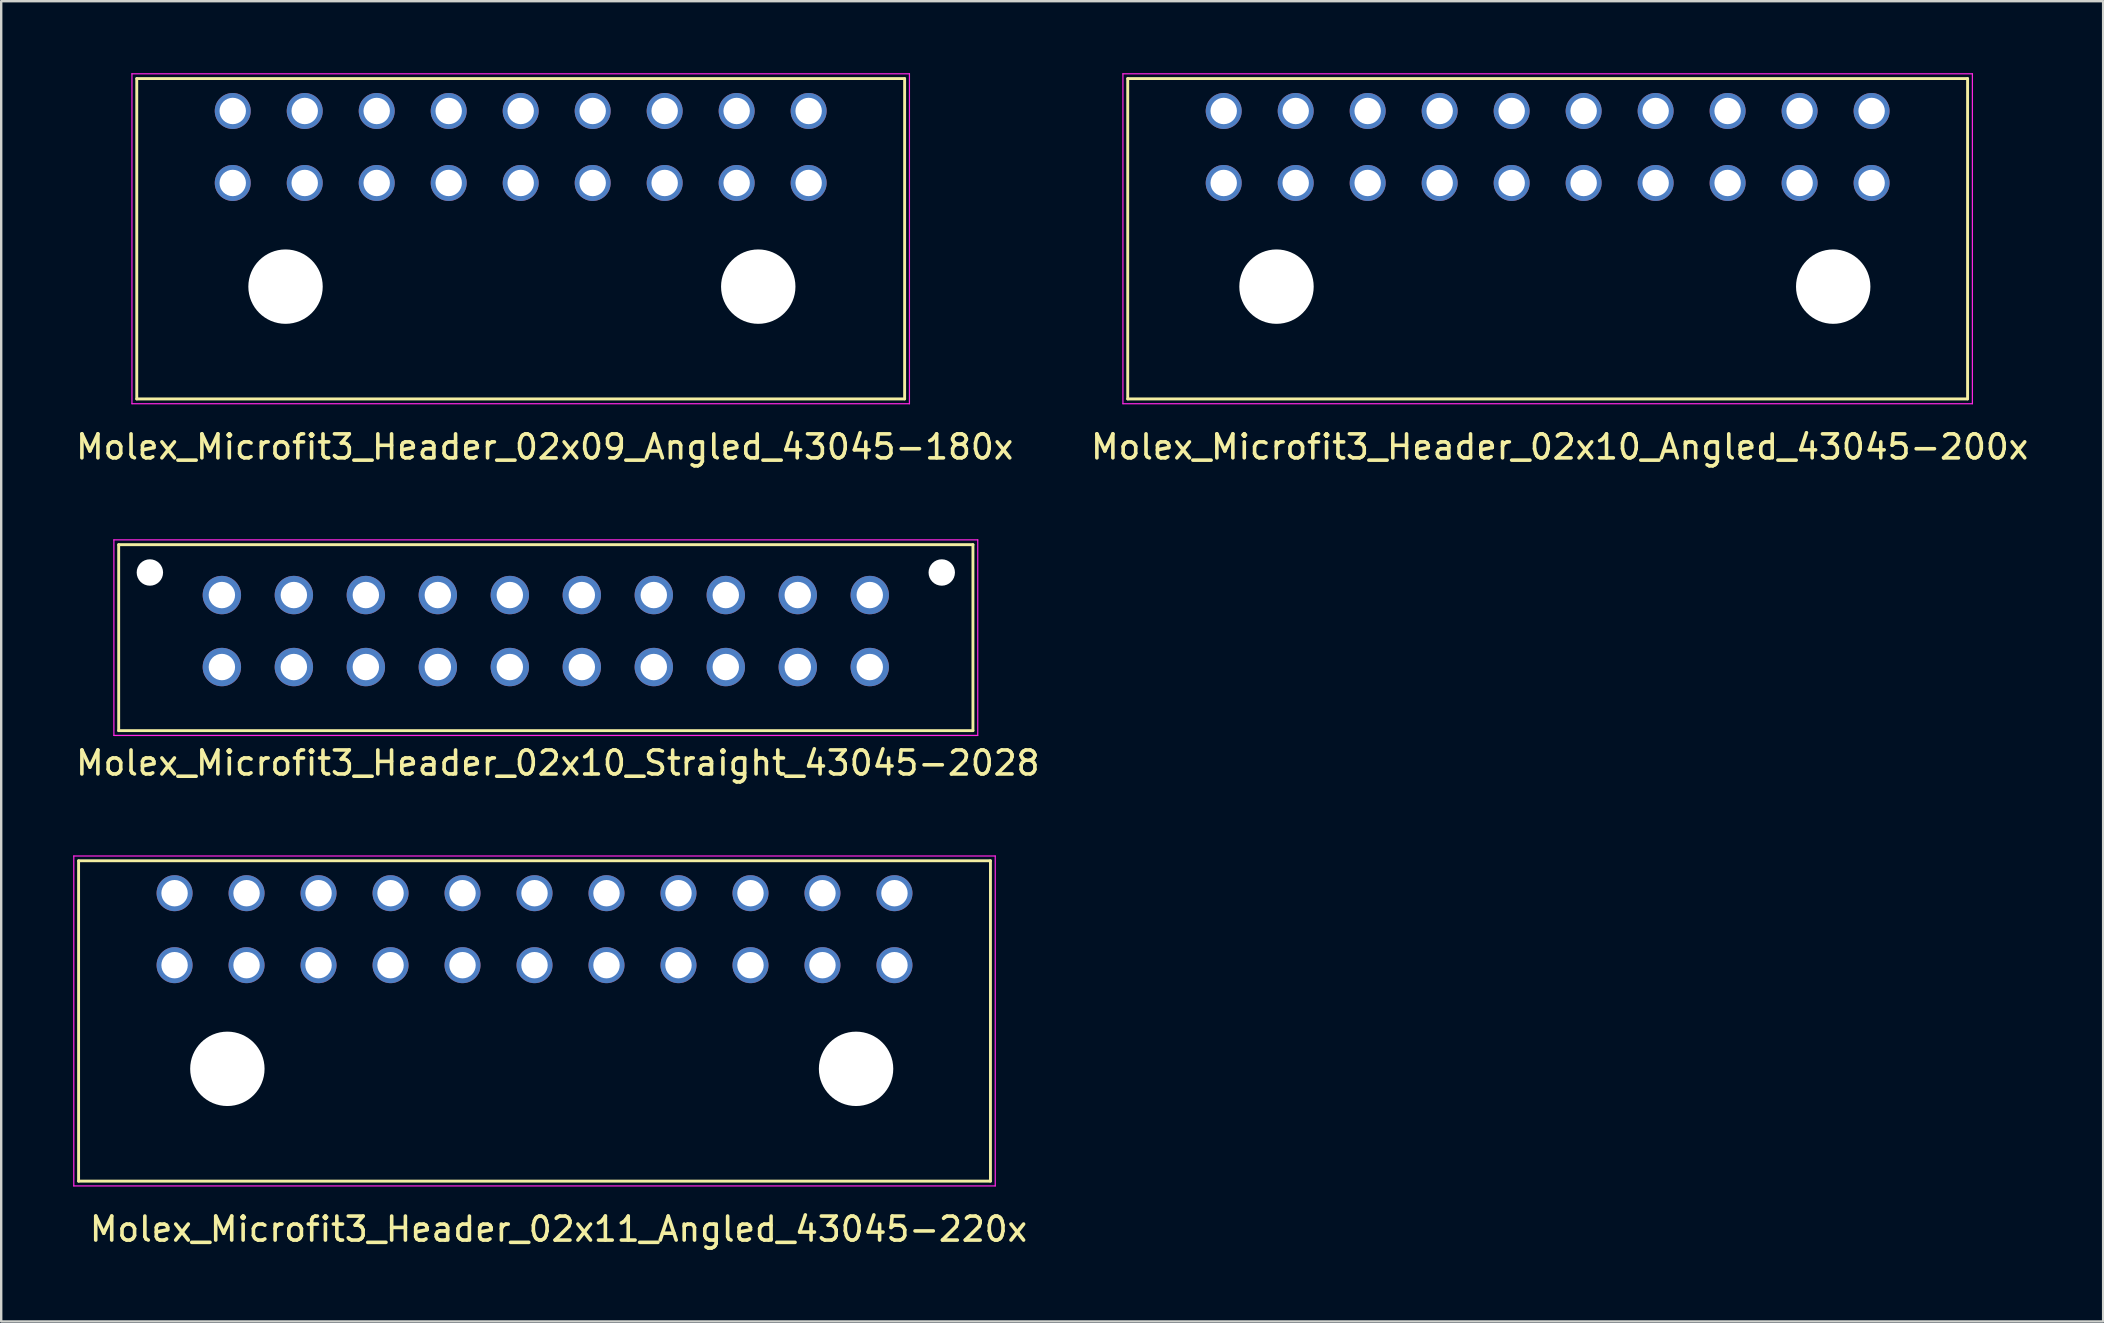
<source format=kicad_pcb>
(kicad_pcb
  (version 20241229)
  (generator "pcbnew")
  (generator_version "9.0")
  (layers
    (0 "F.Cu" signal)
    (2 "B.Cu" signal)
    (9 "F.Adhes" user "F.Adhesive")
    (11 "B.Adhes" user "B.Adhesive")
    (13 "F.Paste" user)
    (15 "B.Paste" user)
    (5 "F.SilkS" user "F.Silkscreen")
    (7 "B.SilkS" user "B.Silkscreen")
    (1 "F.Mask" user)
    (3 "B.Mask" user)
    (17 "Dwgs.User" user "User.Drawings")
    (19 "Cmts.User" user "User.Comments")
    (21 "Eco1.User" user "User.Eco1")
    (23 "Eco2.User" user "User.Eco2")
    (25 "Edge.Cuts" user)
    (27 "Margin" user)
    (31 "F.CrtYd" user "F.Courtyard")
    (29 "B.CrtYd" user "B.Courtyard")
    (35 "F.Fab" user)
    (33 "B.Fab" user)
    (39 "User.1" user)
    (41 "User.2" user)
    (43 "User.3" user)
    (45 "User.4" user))
  (footprint "Molex_Microfit3_Header_02x09_Angled_43045-180x"
    (layer "F.Cu")
    (at 30.649 4.575)
    (property "Reference" "Molex_Microfit3_Header_02x09_Angled_43045-180x" (at -11 11 0) (layer "F.SilkS") (effects (font (size 1 1) (thickness 0.15))))
    (attr through_hole)
    (fp_line (start -28 -4.35) (end 4 -4.35) (stroke (width 0.12) (type solid)) (layer "F.SilkS"))
    (fp_line (start -28 9) (end -28 -4.35) (stroke (width 0.12) (type solid)) (layer "F.SilkS"))
    (fp_line (start 4 -4.35) (end 4 9) (stroke (width 0.12) (type solid)) (layer "F.SilkS"))
    (fp_line (start 4 9) (end -28 9) (stroke (width 0.12) (type solid)) (layer "F.SilkS"))
    (fp_line (start -28.2 -4.55) (end -28.2 9.2) (stroke (width 0.05) (type solid)) (layer "F.CrtYd"))
    (fp_line (start -28.2 9.2) (end 4.2 9.2) (stroke (width 0.05) (type solid)) (layer "F.CrtYd"))
    (fp_line (start 4.2 -4.55) (end -28.2 -4.55) (stroke (width 0.05) (type solid)) (layer "F.CrtYd"))
    (fp_line (start 4.2 9.2) (end 4.2 -4.55) (stroke (width 0.05) (type solid)) (layer "F.CrtYd"))
    (pad "" np_thru_hole circle (at -21.8 4.32) (size 3.1 3.1) (drill 3.1) (layers "*.Cu" "*.Mask"))
    (pad "" np_thru_hole circle (at -2.1 4.32) (size 3.1 3.1) (drill 3.1) (layers "*.Cu" "*.Mask"))
    (pad "1" thru_hole circle (at 0 0) (size 1.5 1.5) (drill 1.1) (layers "*.Cu" "*.Mask"))
    (pad "2" thru_hole circle (at -3 0) (size 1.5 1.5) (drill 1.1) (layers "*.Cu" "*.Mask"))
    (pad "3" thru_hole circle (at -6 0) (size 1.5 1.5) (drill 1.1) (layers "*.Cu" "*.Mask"))
    (pad "4" thru_hole circle (at -9 0) (size 1.5 1.5) (drill 1.1) (layers "*.Cu" "*.Mask"))
    (pad "5" thru_hole circle (at -12 0) (size 1.5 1.5) (drill 1.1) (layers "*.Cu" "*.Mask"))
    (pad "6" thru_hole circle (at -15 0) (size 1.5 1.5) (drill 1.1) (layers "*.Cu" "*.Mask"))
    (pad "7" thru_hole circle (at -18 0) (size 1.5 1.5) (drill 1.1) (layers "*.Cu" "*.Mask"))
    (pad "8" thru_hole circle (at -21 0) (size 1.5 1.5) (drill 1.1) (layers "*.Cu" "*.Mask"))
    (pad "9" thru_hole circle (at -24 0) (size 1.5 1.5) (drill 1.1) (layers "*.Cu" "*.Mask"))
    (pad "10" thru_hole circle (at 0 -3) (size 1.5 1.5) (drill 1.1) (layers "*.Cu" "*.Mask"))
    (pad "11" thru_hole circle (at -3 -3) (size 1.5 1.5) (drill 1.1) (layers "*.Cu" "*.Mask"))
    (pad "12" thru_hole circle (at -6 -3) (size 1.5 1.5) (drill 1.1) (layers "*.Cu" "*.Mask"))
    (pad "13" thru_hole circle (at -9 -3) (size 1.5 1.5) (drill 1.1) (layers "*.Cu" "*.Mask"))
    (pad "14" thru_hole circle (at -12 -3) (size 1.5 1.5) (drill 1.1) (layers "*.Cu" "*.Mask"))
    (pad "15" thru_hole circle (at -15 -3) (size 1.5 1.5) (drill 1.1) (layers "*.Cu" "*.Mask"))
    (pad "16" thru_hole circle (at -18 -3) (size 1.5 1.5) (drill 1.1) (layers "*.Cu" "*.Mask"))
    (pad "17" thru_hole circle (at -21 -3) (size 1.5 1.5) (drill 1.1) (layers "*.Cu" "*.Mask"))
    (pad "18" thru_hole circle (at -24 -3) (size 1.5 1.5) (drill 1.1) (layers "*.Cu" "*.Mask")))
  (footprint "Molex_Microfit3_Header_02x10_Straight_43045-2028"
    (layer "F.Cu")
    (at 33.196 24.748)
    (property "Reference" "Molex_Microfit3_Header_02x10_Straight_43045-2028" (at -13 4 0) (layer "F.SilkS") (effects (font (size 1 1) (thickness 0.15))))
    (attr through_hole)
    (fp_line (start -31.3 2.65) (end -31.3 -5.1) (stroke (width 0.12) (type solid)) (layer "F.SilkS"))
    (fp_line (start 4.3 -5.1) (end -31.3 -5.1) (stroke (width 0.12) (type solid)) (layer "F.SilkS"))
    (fp_line (start 4.3 2.65) (end -31.3 2.65) (stroke (width 0.12) (type solid)) (layer "F.SilkS"))
    (fp_line (start 4.3 2.65) (end 4.3 -5.1) (stroke (width 0.12) (type solid)) (layer "F.SilkS"))
    (fp_line (start -31.5 2.85) (end -31.5 -5.3) (stroke (width 0.05) (type solid)) (layer "F.CrtYd"))
    (fp_line (start 4.5 -5.3) (end -31.5 -5.3) (stroke (width 0.05) (type solid)) (layer "F.CrtYd"))
    (fp_line (start 4.5 2.85) (end -31.5 2.85) (stroke (width 0.05) (type solid)) (layer "F.CrtYd"))
    (fp_line (start 4.5 2.85) (end 4.5 -5.3) (stroke (width 0.05) (type solid)) (layer "F.CrtYd"))
    (pad "" np_thru_hole circle (at -30 -3.94) (size 1.1 1.1) (drill 1.1) (layers "*.Cu" "*.Mask"))
    (pad "" np_thru_hole circle (at 3 -3.94) (size 1.1 1.1) (drill 1.1) (layers "*.Cu" "*.Mask"))
    (pad "1" thru_hole circle (at 0 0) (size 1.6 1.6) (drill 1.1) (layers "*.Cu" "*.Mask"))
    (pad "2" thru_hole circle (at -3 0) (size 1.6 1.6) (drill 1.1) (layers "*.Cu" "*.Mask"))
    (pad "3" thru_hole circle (at -6 0) (size 1.6 1.6) (drill 1.1) (layers "*.Cu" "*.Mask"))
    (pad "4" thru_hole circle (at -9 0) (size 1.6 1.6) (drill 1.1) (layers "*.Cu" "*.Mask"))
    (pad "5" thru_hole circle (at -12 0) (size 1.6 1.6) (drill 1.1) (layers "*.Cu" "*.Mask"))
    (pad "6" thru_hole circle (at -15 0) (size 1.6 1.6) (drill 1.1) (layers "*.Cu" "*.Mask"))
    (pad "7" thru_hole circle (at -18 0) (size 1.6 1.6) (drill 1.1) (layers "*.Cu" "*.Mask"))
    (pad "8" thru_hole circle (at -21 0) (size 1.6 1.6) (drill 1.1) (layers "*.Cu" "*.Mask"))
    (pad "9" thru_hole circle (at -24 0) (size 1.6 1.6) (drill 1.1) (layers "*.Cu" "*.Mask"))
    (pad "10" thru_hole circle (at -27 0) (size 1.6 1.6) (drill 1.1) (layers "*.Cu" "*.Mask"))
    (pad "11" thru_hole circle (at 0 -3) (size 1.6 1.6) (drill 1.1) (layers "*.Cu" "*.Mask"))
    (pad "12" thru_hole circle (at -3 -3) (size 1.6 1.6) (drill 1.1) (layers "*.Cu" "*.Mask"))
    (pad "13" thru_hole circle (at -6 -3) (size 1.6 1.6) (drill 1.1) (layers "*.Cu" "*.Mask"))
    (pad "14" thru_hole circle (at -9 -3) (size 1.6 1.6) (drill 1.1) (layers "*.Cu" "*.Mask"))
    (pad "15" thru_hole circle (at -12 -3) (size 1.6 1.6) (drill 1.1) (layers "*.Cu" "*.Mask"))
    (pad "16" thru_hole circle (at -15 -3) (size 1.6 1.6) (drill 1.1) (layers "*.Cu" "*.Mask"))
    (pad "17" thru_hole circle (at -18 -3) (size 1.6 1.6) (drill 1.1) (layers "*.Cu" "*.Mask"))
    (pad "18" thru_hole circle (at -21 -3) (size 1.6 1.6) (drill 1.1) (layers "*.Cu" "*.Mask"))
    (pad "19" thru_hole circle (at -24 -3) (size 1.6 1.6) (drill 1.1) (layers "*.Cu" "*.Mask"))
    (pad "20" thru_hole circle (at -27 -3) (size 1.6 1.6) (drill 1.1) (layers "*.Cu" "*.Mask")))
  (footprint "Molex_Microfit3_Header_02x10_Angled_43045-200x"
    (layer "F.Cu")
    (at 74.946 4.575)
    (property "Reference" "Molex_Microfit3_Header_02x10_Angled_43045-200x" (at -13 11 0) (layer "F.SilkS") (effects (font (size 1 1) (thickness 0.15))))
    (attr through_hole)
    (fp_line (start -31 -4.35) (end 4 -4.35) (stroke (width 0.12) (type solid)) (layer "F.SilkS"))
    (fp_line (start -31 9) (end -31 -4.35) (stroke (width 0.12) (type solid)) (layer "F.SilkS"))
    (fp_line (start 4 -4.35) (end 4 9) (stroke (width 0.12) (type solid)) (layer "F.SilkS"))
    (fp_line (start 4 9) (end -31 9) (stroke (width 0.12) (type solid)) (layer "F.SilkS"))
    (fp_line (start -31.2 -4.55) (end -31.2 9.2) (stroke (width 0.05) (type solid)) (layer "F.CrtYd"))
    (fp_line (start -31.2 9.2) (end 4.2 9.2) (stroke (width 0.05) (type solid)) (layer "F.CrtYd"))
    (fp_line (start 4.2 -4.55) (end -31.2 -4.55) (stroke (width 0.05) (type solid)) (layer "F.CrtYd"))
    (fp_line (start 4.2 9.2) (end 4.2 -4.55) (stroke (width 0.05) (type solid)) (layer "F.CrtYd"))
    (pad "" np_thru_hole circle (at -24.8 4.32) (size 3.1 3.1) (drill 3.1) (layers "*.Cu" "*.Mask"))
    (pad "" np_thru_hole circle (at -1.6 4.32) (size 3.1 3.1) (drill 3.1) (layers "*.Cu" "*.Mask"))
    (pad "1" thru_hole circle (at 0 0) (size 1.5 1.5) (drill 1.1) (layers "*.Cu" "*.Mask"))
    (pad "2" thru_hole circle (at -3 0) (size 1.5 1.5) (drill 1.1) (layers "*.Cu" "*.Mask"))
    (pad "3" thru_hole circle (at -6 0) (size 1.5 1.5) (drill 1.1) (layers "*.Cu" "*.Mask"))
    (pad "4" thru_hole circle (at -9 0) (size 1.5 1.5) (drill 1.1) (layers "*.Cu" "*.Mask"))
    (pad "5" thru_hole circle (at -12 0) (size 1.5 1.5) (drill 1.1) (layers "*.Cu" "*.Mask"))
    (pad "6" thru_hole circle (at -15 0) (size 1.5 1.5) (drill 1.1) (layers "*.Cu" "*.Mask"))
    (pad "7" thru_hole circle (at -18 0) (size 1.5 1.5) (drill 1.1) (layers "*.Cu" "*.Mask"))
    (pad "8" thru_hole circle (at -21 0) (size 1.5 1.5) (drill 1.1) (layers "*.Cu" "*.Mask"))
    (pad "9" thru_hole circle (at -24 0) (size 1.5 1.5) (drill 1.1) (layers "*.Cu" "*.Mask"))
    (pad "10" thru_hole circle (at -27 0) (size 1.5 1.5) (drill 1.1) (layers "*.Cu" "*.Mask"))
    (pad "11" thru_hole circle (at 0 -3) (size 1.5 1.5) (drill 1.1) (layers "*.Cu" "*.Mask"))
    (pad "12" thru_hole circle (at -3 -3) (size 1.5 1.5) (drill 1.1) (layers "*.Cu" "*.Mask"))
    (pad "13" thru_hole circle (at -6 -3) (size 1.5 1.5) (drill 1.1) (layers "*.Cu" "*.Mask"))
    (pad "14" thru_hole circle (at -9 -3) (size 1.5 1.5) (drill 1.1) (layers "*.Cu" "*.Mask"))
    (pad "15" thru_hole circle (at -12 -3) (size 1.5 1.5) (drill 1.1) (layers "*.Cu" "*.Mask"))
    (pad "16" thru_hole circle (at -15 -3) (size 1.5 1.5) (drill 1.1) (layers "*.Cu" "*.Mask"))
    (pad "17" thru_hole circle (at -18 -3) (size 1.5 1.5) (drill 1.1) (layers "*.Cu" "*.Mask"))
    (pad "18" thru_hole circle (at -21 -3) (size 1.5 1.5) (drill 1.1) (layers "*.Cu" "*.Mask"))
    (pad "19" thru_hole circle (at -24 -3) (size 1.5 1.5) (drill 1.1) (layers "*.Cu" "*.Mask"))
    (pad "20" thru_hole circle (at -27 -3) (size 1.5 1.5) (drill 1.1) (layers "*.Cu" "*.Mask")))
  (footprint "Molex_Microfit3_Header_02x11_Angled_43045-220x"
    (layer "F.Cu")
    (at 34.225 37.172)
    (property "Reference" "Molex_Microfit3_Header_02x11_Angled_43045-220x" (at -14 11 0) (layer "F.SilkS") (effects (font (size 1 1) (thickness 0.15))))
    (attr through_hole)
    (fp_line (start -34 -4.35) (end 4 -4.35) (stroke (width 0.12) (type solid)) (layer "F.SilkS"))
    (fp_line (start -34 9) (end -34 -4.35) (stroke (width 0.12) (type solid)) (layer "F.SilkS"))
    (fp_line (start 4 -4.35) (end 4 9) (stroke (width 0.12) (type solid)) (layer "F.SilkS"))
    (fp_line (start 4 9) (end -34 9) (stroke (width 0.12) (type solid)) (layer "F.SilkS"))
    (fp_line (start -34.2 -4.55) (end -34.2 9.2) (stroke (width 0.05) (type solid)) (layer "F.CrtYd"))
    (fp_line (start -34.2 9.2) (end 4.2 9.2) (stroke (width 0.05) (type solid)) (layer "F.CrtYd"))
    (fp_line (start 4.2 -4.55) (end -34.2 -4.55) (stroke (width 0.05) (type solid)) (layer "F.CrtYd"))
    (fp_line (start 4.2 9.2) (end 4.2 -4.55) (stroke (width 0.05) (type solid)) (layer "F.CrtYd"))
    (pad "" np_thru_hole circle (at -27.8 4.32) (size 3.1 3.1) (drill 3.1) (layers "*.Cu" "*.Mask"))
    (pad "" np_thru_hole circle (at -1.6 4.32) (size 3.1 3.1) (drill 3.1) (layers "*.Cu" "*.Mask"))
    (pad "1" thru_hole circle (at 0 0) (size 1.5 1.5) (drill 1.1) (layers "*.Cu" "*.Mask"))
    (pad "2" thru_hole circle (at -3 0) (size 1.5 1.5) (drill 1.1) (layers "*.Cu" "*.Mask"))
    (pad "3" thru_hole circle (at -6 0) (size 1.5 1.5) (drill 1.1) (layers "*.Cu" "*.Mask"))
    (pad "4" thru_hole circle (at -9 0) (size 1.5 1.5) (drill 1.1) (layers "*.Cu" "*.Mask"))
    (pad "5" thru_hole circle (at -12 0) (size 1.5 1.5) (drill 1.1) (layers "*.Cu" "*.Mask"))
    (pad "6" thru_hole circle (at -15 0) (size 1.5 1.5) (drill 1.1) (layers "*.Cu" "*.Mask"))
    (pad "7" thru_hole circle (at -18 0) (size 1.5 1.5) (drill 1.1) (layers "*.Cu" "*.Mask"))
    (pad "8" thru_hole circle (at -21 0) (size 1.5 1.5) (drill 1.1) (layers "*.Cu" "*.Mask"))
    (pad "9" thru_hole circle (at -24 0) (size 1.5 1.5) (drill 1.1) (layers "*.Cu" "*.Mask"))
    (pad "10" thru_hole circle (at -27 0) (size 1.5 1.5) (drill 1.1) (layers "*.Cu" "*.Mask"))
    (pad "11" thru_hole circle (at -30 0) (size 1.5 1.5) (drill 1.1) (layers "*.Cu" "*.Mask"))
    (pad "12" thru_hole circle (at 0 -3) (size 1.5 1.5) (drill 1.1) (layers "*.Cu" "*.Mask"))
    (pad "13" thru_hole circle (at -3 -3) (size 1.5 1.5) (drill 1.1) (layers "*.Cu" "*.Mask"))
    (pad "14" thru_hole circle (at -6 -3) (size 1.5 1.5) (drill 1.1) (layers "*.Cu" "*.Mask"))
    (pad "15" thru_hole circle (at -9 -3) (size 1.5 1.5) (drill 1.1) (layers "*.Cu" "*.Mask"))
    (pad "16" thru_hole circle (at -12 -3) (size 1.5 1.5) (drill 1.1) (layers "*.Cu" "*.Mask"))
    (pad "17" thru_hole circle (at -15 -3) (size 1.5 1.5) (drill 1.1) (layers "*.Cu" "*.Mask"))
    (pad "18" thru_hole circle (at -18 -3) (size 1.5 1.5) (drill 1.1) (layers "*.Cu" "*.Mask"))
    (pad "19" thru_hole circle (at -21 -3) (size 1.5 1.5) (drill 1.1) (layers "*.Cu" "*.Mask"))
    (pad "20" thru_hole circle (at -24 -3) (size 1.5 1.5) (drill 1.1) (layers "*.Cu" "*.Mask"))
    (pad "21" thru_hole circle (at -27 -3) (size 1.5 1.5) (drill 1.1) (layers "*.Cu" "*.Mask"))
    (pad "22" thru_hole circle (at -30 -3) (size 1.5 1.5) (drill 1.1) (layers "*.Cu" "*.Mask")))
  (gr_rect
    (start -3 -3)
    (end 84.595 52.02)
    (stroke (width 0.1) (type default))
    (fill no)
    (layer "Edge.Cuts")))
</source>
